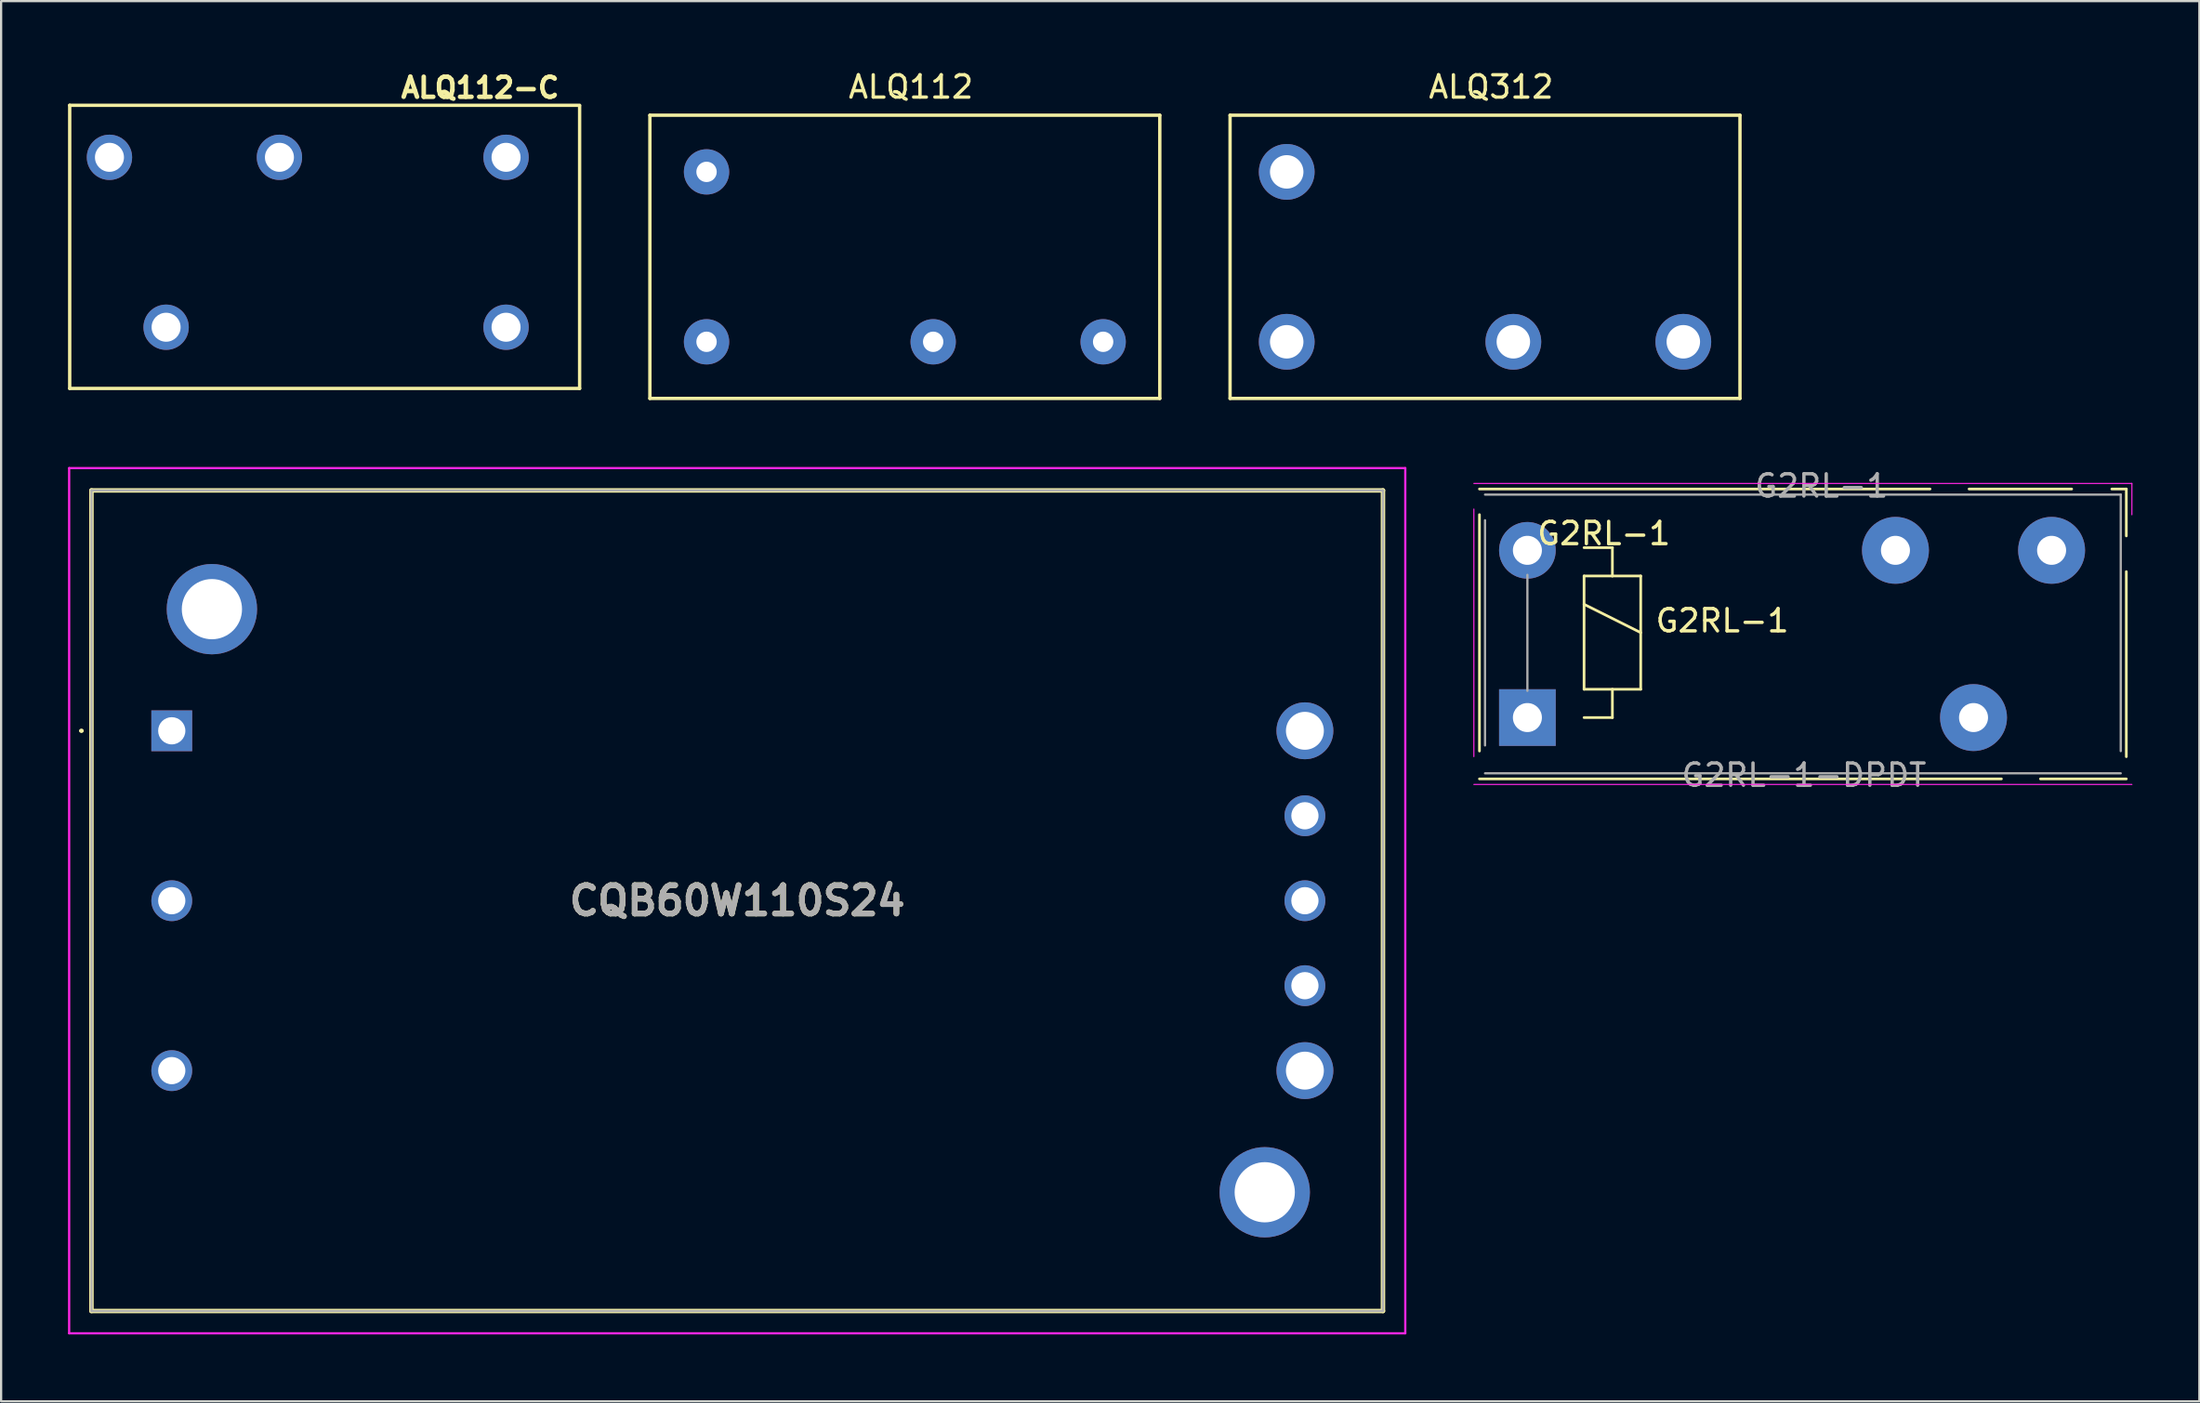
<source format=kicad_pcb>
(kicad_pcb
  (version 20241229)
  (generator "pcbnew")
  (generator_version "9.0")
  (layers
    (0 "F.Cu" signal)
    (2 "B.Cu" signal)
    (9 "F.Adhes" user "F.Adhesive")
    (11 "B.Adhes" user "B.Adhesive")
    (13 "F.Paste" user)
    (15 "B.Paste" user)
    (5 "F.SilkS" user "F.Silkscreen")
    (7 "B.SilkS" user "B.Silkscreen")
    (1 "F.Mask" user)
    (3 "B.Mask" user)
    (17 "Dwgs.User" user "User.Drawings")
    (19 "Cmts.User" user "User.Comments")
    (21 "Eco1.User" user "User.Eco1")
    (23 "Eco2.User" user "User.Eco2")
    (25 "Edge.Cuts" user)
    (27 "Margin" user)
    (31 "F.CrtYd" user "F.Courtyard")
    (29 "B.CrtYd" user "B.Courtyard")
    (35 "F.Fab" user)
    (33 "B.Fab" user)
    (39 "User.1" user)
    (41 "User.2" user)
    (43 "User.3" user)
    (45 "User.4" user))
  (footprint "ALQ312"
    (layer "F.Cu")
    (at 63.525 8.468)
    (property "Reference" "ALQ312" (at 0.274 -7.62 0) (layer "F.SilkS") (effects (font (size 1 1) (thickness 0.15))))
    (attr through_hole)
    (fp_line (start -11.43 -6.35) (end 11.43 -6.35) (stroke (width 0.15) (type solid)) (layer "F.SilkS"))
    (fp_line (start -11.43 6.35) (end -11.43 -6.35) (stroke (width 0.15) (type solid)) (layer "F.SilkS"))
    (fp_line (start 11.43 -6.35) (end 11.43 6.35) (stroke (width 0.15) (type solid)) (layer "F.SilkS"))
    (fp_line (start 11.43 6.35) (end -11.43 6.35) (stroke (width 0.15) (type solid)) (layer "F.SilkS"))
    (pad "1" thru_hole circle (at -8.89 -3.81 180) (size 2.5 2.5) (drill 1.5) (layers "*.Cu" "*.Mask"))
    (pad "2" thru_hole circle (at -8.89 3.81 180) (size 2.5 2.5) (drill 1.5) (layers "*.Cu" "*.Mask"))
    (pad "3" thru_hole circle (at 1.27 3.81 180) (size 2.5 2.5) (drill 1.5) (layers "*.Cu" "*.Mask"))
    (pad "4" thru_hole circle (at 8.89 3.81 180) (size 2.5 2.5) (drill 1.5) (layers "*.Cu" "*.Mask")))
  (footprint "ALQ112-C"
    (layer "F.Cu")
    (at 8.137 7.005)
    (property "Reference" "ALQ112-C" (at 10.338 -6.121 0) (layer "F.SilkS") (effects (font (size 0.9 0.9) (thickness 0.203))))
    (attr through_hole)
    (fp_line (start -8.062 7.366) (end -8.062 -5.334) (stroke (width 0.15) (type solid)) (layer "F.SilkS"))
    (fp_line (start 14.798 -5.334) (end -8.062 -5.334) (stroke (width 0.15) (type solid)) (layer "F.SilkS"))
    (fp_line (start 14.798 7.366) (end -8.062 7.366) (stroke (width 0.15) (type solid)) (layer "F.SilkS"))
    (fp_line (start 14.798 7.366) (end 14.798 -5.3) (stroke (width 0.15) (type solid)) (layer "F.SilkS"))
    (pad "1" thru_hole circle (at 11.5 -3) (size 2.032 2.032) (drill 1.3) (layers "*.Cu" "*.Mask"))
    (pad "2" thru_hole circle (at -3.74 4.62) (size 2.032 2.032) (drill 1.3) (layers "*.Cu" "*.Mask"))
    (pad "3" thru_hole circle (at -6.28 -3) (size 2.032 2.032) (drill 1.3) (layers "*.Cu" "*.Mask"))
    (pad "4" thru_hole circle (at 1.34 -3) (size 2.032 2.032) (drill 1.3) (layers "*.Cu" "*.Mask"))
    (pad "5" thru_hole circle (at 11.5 4.62) (size 2.032 2.032) (drill 1.3) (layers "*.Cu" "*.Mask")))
  (footprint "ALQ112"
    (layer "F.Cu")
    (at 37.515 8.468)
    (property "Reference" "ALQ112" (at 0.274 -7.62 0) (layer "F.SilkS") (effects (font (size 1 1) (thickness 0.15))))
    (attr through_hole)
    (fp_line (start -11.43 -6.35) (end 11.43 -6.35) (stroke (width 0.15) (type solid)) (layer "F.SilkS"))
    (fp_line (start -11.43 6.35) (end -11.43 -6.35) (stroke (width 0.15) (type solid)) (layer "F.SilkS"))
    (fp_line (start 11.43 -6.35) (end 11.43 6.35) (stroke (width 0.15) (type solid)) (layer "F.SilkS"))
    (fp_line (start 11.43 6.35) (end -11.43 6.35) (stroke (width 0.15) (type solid)) (layer "F.SilkS"))
    (pad "1" thru_hole circle (at -8.89 -3.81) (size 2.032 2.032) (drill 0.914) (layers "*.Cu" "*.Mask"))
    (pad "2" thru_hole circle (at -8.89 3.81) (size 2.032 2.032) (drill 0.914) (layers "*.Cu" "*.Mask"))
    (pad "3" thru_hole circle (at 1.27 3.81) (size 2.032 2.032) (drill 0.914) (layers "*.Cu" "*.Mask"))
    (pad "4" thru_hole circle (at 8.89 3.81) (size 2.032 2.032) (drill 0.914) (layers "*.Cu" "*.Mask")))
  (footprint "CQB60W110S24"
    (layer "F.Cu")
    (at 4.65 29.723)
    (property "Reference" "CQB60W110S24" (at 25.35 7.62 0) (layer "F.SilkS") (effects (font (size 1.27 1.27) (thickness 0.254))))
    (attr through_hole)
    (fp_line (start -4.1 0) (end -4.1 0) (stroke (width 0.1) (type solid)) (layer "F.SilkS"))
    (fp_line (start -4 0) (end -4 0) (stroke (width 0.1) (type solid)) (layer "F.SilkS"))
    (fp_line (start -3.6 -10.78) (end -3.6 26.02) (stroke (width 0.2) (type solid)) (layer "F.SilkS"))
    (fp_line (start -3.6 26.02) (end 54.3 26.02) (stroke (width 0.2) (type solid)) (layer "F.SilkS"))
    (fp_line (start 54.3 -10.78) (end -3.6 -10.78) (stroke (width 0.2) (type solid)) (layer "F.SilkS"))
    (fp_line (start 54.3 26.02) (end 54.3 -10.78) (stroke (width 0.2) (type solid)) (layer "F.SilkS"))
    (fp_arc (start -4.1 0) (mid -4.05 -0.05) (end -4 0) (stroke (width 0.1) (type solid)) (layer "F.SilkS"))
    (fp_arc (start -4 0) (mid -4.05 0.05) (end -4.1 0) (stroke (width 0.1) (type solid)) (layer "F.SilkS"))
    (fp_line (start -4.6 -11.78) (end -4.6 27.02) (stroke (width 0.1) (type solid)) (layer "F.CrtYd"))
    (fp_line (start -4.6 27.02) (end 55.3 27.02) (stroke (width 0.1) (type solid)) (layer "F.CrtYd"))
    (fp_line (start 55.3 -11.78) (end -4.6 -11.78) (stroke (width 0.1) (type solid)) (layer "F.CrtYd"))
    (fp_line (start 55.3 27.02) (end 55.3 -11.78) (stroke (width 0.1) (type solid)) (layer "F.CrtYd"))
    (fp_line (start -3.6 -10.78) (end -3.6 26.02) (stroke (width 0.1) (type solid)) (layer "F.Fab"))
    (fp_line (start -3.6 26.02) (end 54.3 26.02) (stroke (width 0.1) (type solid)) (layer "F.Fab"))
    (fp_line (start 54.3 -10.78) (end -3.6 -10.78) (stroke (width 0.1) (type solid)) (layer "F.Fab"))
    (fp_line (start 54.3 26.02) (end 54.3 -10.78) (stroke (width 0.1) (type solid)) (layer "F.Fab"))
    (fp_text user "${REFERENCE}" (at 25.35 7.62 0) (layer "F.Fab") (effects (font (size 1.27 1.27) (thickness 0.254))))
    (pad "1" thru_hole rect (at 0 0) (size 1.83 1.83) (drill 1.22) (layers "*.Cu" "*.Mask"))
    (pad "2" thru_hole circle (at 0 7.62) (size 1.83 1.83) (drill 1.22) (layers "*.Cu" "*.Mask"))
    (pad "3" thru_hole circle (at 0 15.24) (size 1.83 1.83) (drill 1.22) (layers "*.Cu" "*.Mask"))
    (pad "4" thru_hole circle (at 50.8 15.24) (size 2.55 2.55) (drill 1.7) (layers "*.Cu" "*.Mask"))
    (pad "5" thru_hole circle (at 50.8 11.43) (size 1.83 1.83) (drill 1.22) (layers "*.Cu" "*.Mask"))
    (pad "6" thru_hole circle (at 50.8 7.62) (size 1.83 1.83) (drill 1.22) (layers "*.Cu" "*.Mask"))
    (pad "7" thru_hole circle (at 50.8 3.81) (size 1.83 1.83) (drill 1.22) (layers "*.Cu" "*.Mask"))
    (pad "8" thru_hole circle (at 50.8 0) (size 2.55 2.55) (drill 1.7) (layers "*.Cu" "*.Mask"))
    (pad "MH1" thru_hole circle (at 1.8 -5.455) (size 4.05 4.05) (drill 2.7) (layers "*.Cu" "*.Mask"))
    (pad "MH2" thru_hole circle (at 49 20.695) (size 4.05 4.05) (drill 2.7) (layers "*.Cu" "*.Mask")))
  (footprint "G2RL-1"
    (layer "F.Cu")
    (at 66.517 29.663)
    (property "Reference" "G2RL-1" (at 7.645 -4.877 0) (layer "F.SilkS") (effects (font (size 1 1) (thickness 0.15))))
    (attr through_hole)
    (fp_line (start -3.242 -10.783) (end 16.958 -10.783) (stroke (width 0.12) (type solid)) (layer "F.SilkS"))
    (fp_line (start -3.242 0.967) (end -3.242 -9.633) (stroke (width 0.12) (type solid)) (layer "F.SilkS"))
    (fp_line (start 1.448 -8.153) (end 2.718 -8.153) (stroke (width 0.12) (type solid)) (layer "F.SilkS"))
    (fp_line (start 1.448 -6.883) (end 2.718 -6.883) (stroke (width 0.12) (type solid)) (layer "F.SilkS"))
    (fp_line (start 1.448 -5.613) (end 3.988 -4.343) (stroke (width 0.12) (type solid)) (layer "F.SilkS"))
    (fp_line (start 1.448 -1.803) (end 1.448 -6.883) (stroke (width 0.12) (type solid)) (layer "F.SilkS"))
    (fp_line (start 2.718 -8.153) (end 2.718 -6.883) (stroke (width 0.12) (type solid)) (layer "F.SilkS"))
    (fp_line (start 2.718 -6.883) (end 3.988 -6.883) (stroke (width 0.12) (type solid)) (layer "F.SilkS"))
    (fp_line (start 2.718 -1.803) (end 2.718 -0.533) (stroke (width 0.12) (type solid)) (layer "F.SilkS"))
    (fp_line (start 2.718 -0.533) (end 1.448 -0.533) (stroke (width 0.12) (type solid)) (layer "F.SilkS"))
    (fp_line (start 3.988 -6.883) (end 3.988 -1.803) (stroke (width 0.12) (type solid)) (layer "F.SilkS"))
    (fp_line (start 3.988 -1.803) (end 1.448 -1.803) (stroke (width 0.12) (type solid)) (layer "F.SilkS"))
    (fp_line (start 18.708 -10.783) (end 23.308 -10.783) (stroke (width 0.12) (type solid)) (layer "F.SilkS"))
    (fp_line (start 20.158 2.217) (end -3.242 2.217) (stroke (width 0.12) (type solid)) (layer "F.SilkS"))
    (fp_line (start 25.108 -10.783) (end 25.758 -10.783) (stroke (width 0.12) (type solid)) (layer "F.SilkS"))
    (fp_line (start 25.758 -10.783) (end 25.758 -8.679) (stroke (width 0.12) (type solid)) (layer "F.SilkS"))
    (fp_line (start 25.758 -7.079) (end 25.758 1.221) (stroke (width 0.12) (type solid)) (layer "F.SilkS"))
    (fp_line (start 25.758 2.217) (end 21.908 2.217) (stroke (width 0.12) (type solid)) (layer "F.SilkS"))
    (fp_line (start -3.492 -9.883) (end -3.492 1.217) (stroke (width 0.05) (type solid)) (layer "F.CrtYd"))
    (fp_line (start -3.492 2.467) (end 26.008 2.467) (stroke (width 0.05) (type solid)) (layer "F.CrtYd"))
    (fp_line (start 26.008 -11.033) (end -3.492 -11.033) (stroke (width 0.05) (type solid)) (layer "F.CrtYd"))
    (fp_line (start 26.008 -11.033) (end 26.008 -9.629) (stroke (width 0.05) (type solid)) (layer "F.CrtYd"))
    (fp_line (start -2.992 -10.533) (end 25.508 -10.533) (stroke (width 0.1) (type solid)) (layer "F.Fab"))
    (fp_line (start -2.992 0.717) (end -2.992 -9.383) (stroke (width 0.1) (type solid)) (layer "F.Fab"))
    (fp_line (start -1.092 -6.933) (end -1.092 -1.733) (stroke (width 0.1) (type solid)) (layer "F.Fab"))
    (fp_line (start 25.508 -10.533) (end 25.508 0.971) (stroke (width 0.1) (type solid)) (layer "F.Fab"))
    (fp_line (start 25.508 1.967) (end -2.992 1.967) (stroke (width 0.1) (type solid)) (layer "F.Fab"))
    (fp_text user "G2RL-1" (at 2.337 -8.788 0) (layer "F.SilkS") (effects (font (size 1 1) (thickness 0.15))))
    (fp_text user "G2RL-1-DPDT" (at 11.308 2.047 0) (layer "F.Fab") (effects (font (size 1 1) (thickness 0.15))))
    (fp_text user "${REFERENCE}" (at 12.09 -10.922 0) (layer "F.Fab") (effects (font (size 1 1) (thickness 0.15))))
    (pad "11" thru_hole circle (at 18.908 -0.533) (size 3 3) (drill 1.3) (layers "*.Cu" "*.Mask"))
    (pad "12" thru_hole circle (at 15.408 -8.033) (size 3 3) (drill 1.3) (layers "*.Cu" "*.Mask"))
    (pad "14" thru_hole circle (at 22.408 -8.033) (size 3 3) (drill 1.3) (layers "*.Cu" "*.Mask"))
    (pad "A1" thru_hole rect (at -1.092 -0.533) (size 2.54 2.54) (drill 1.3) (layers "*.Cu" "*.Mask"))
    (pad "A2" thru_hole circle (at -1.092 -8.033) (size 2.54 2.54) (drill 1.3) (layers "*.Cu" "*.Mask")))
  (gr_rect
    (start -3 -3)
    (end 95.55 59.793)
    (stroke (width 0.1) (type default))
    (fill no)
    (layer "Edge.Cuts")))
</source>
